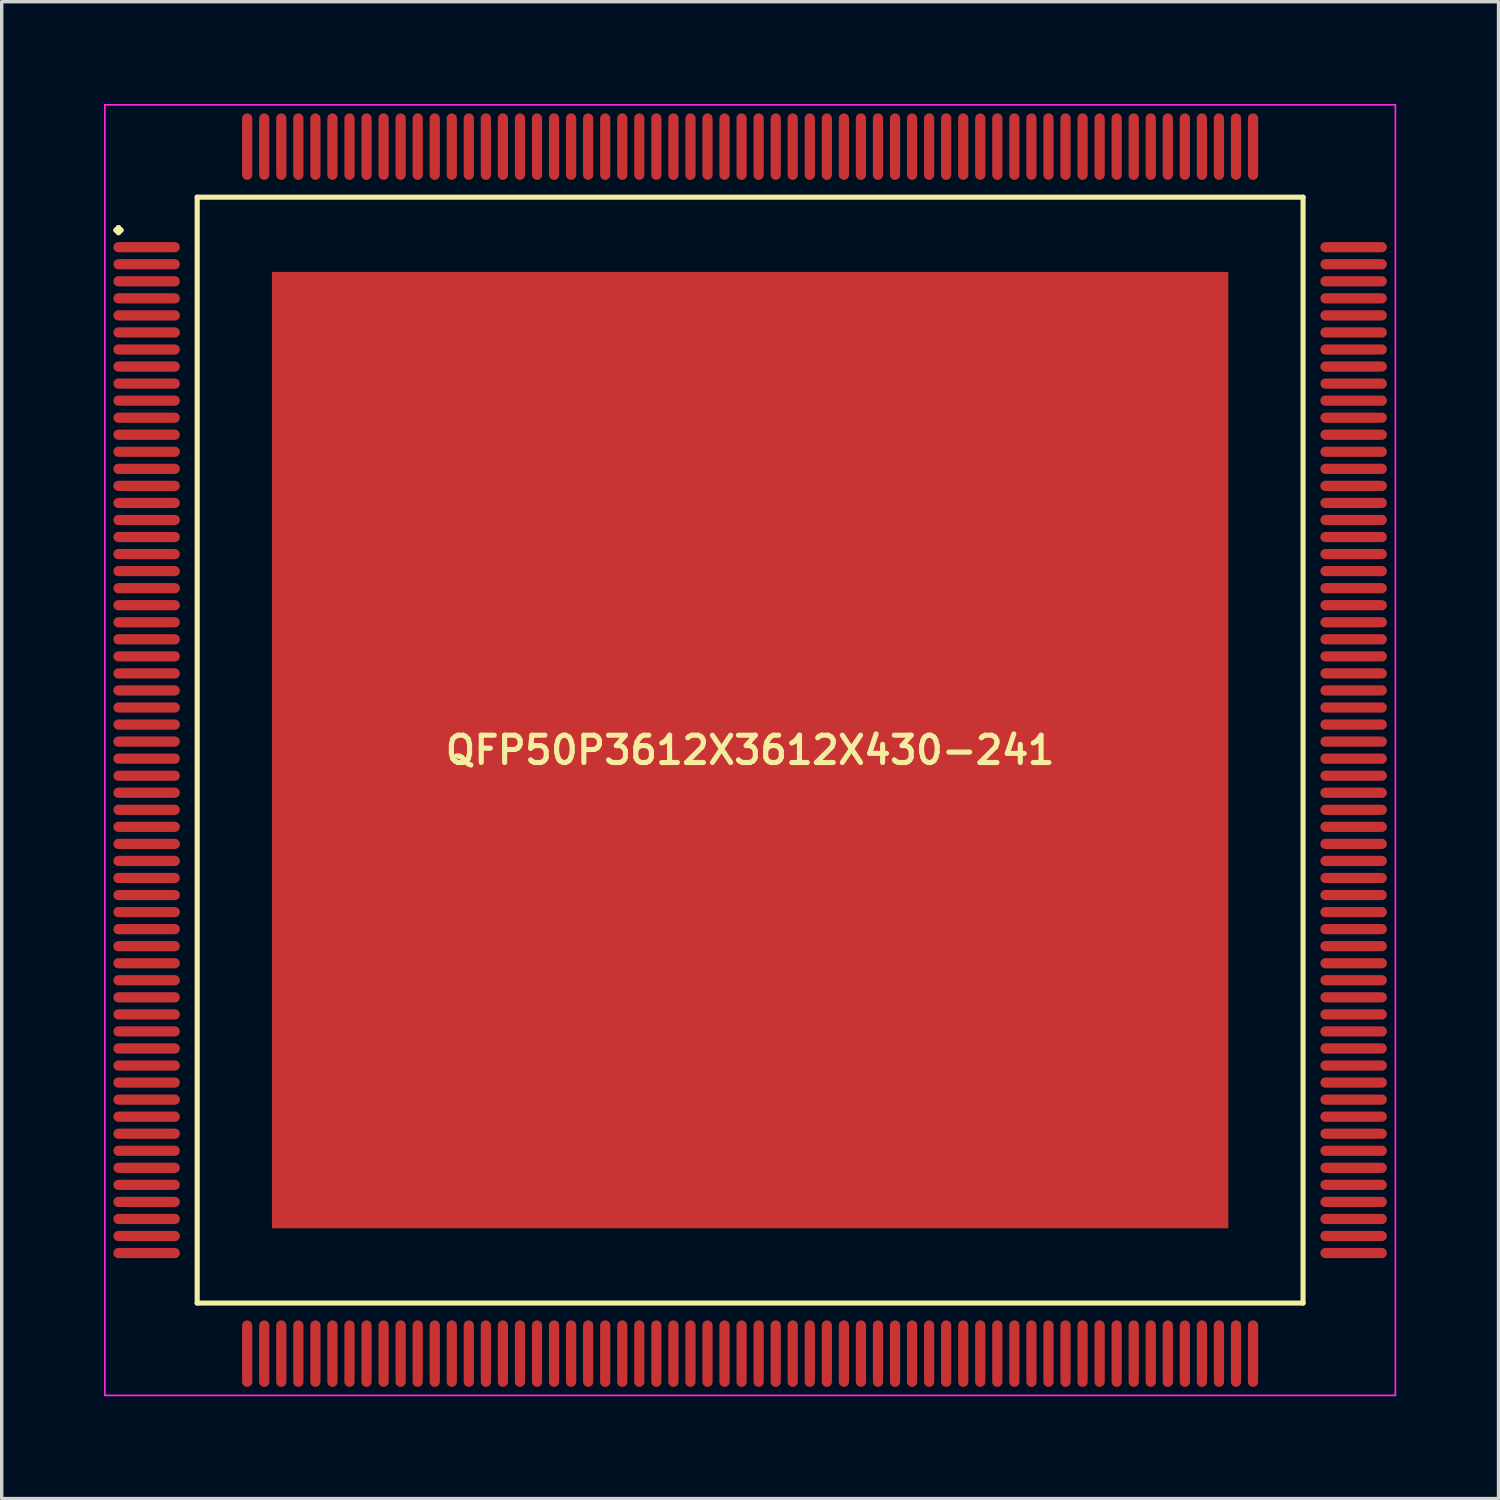
<source format=kicad_pcb>
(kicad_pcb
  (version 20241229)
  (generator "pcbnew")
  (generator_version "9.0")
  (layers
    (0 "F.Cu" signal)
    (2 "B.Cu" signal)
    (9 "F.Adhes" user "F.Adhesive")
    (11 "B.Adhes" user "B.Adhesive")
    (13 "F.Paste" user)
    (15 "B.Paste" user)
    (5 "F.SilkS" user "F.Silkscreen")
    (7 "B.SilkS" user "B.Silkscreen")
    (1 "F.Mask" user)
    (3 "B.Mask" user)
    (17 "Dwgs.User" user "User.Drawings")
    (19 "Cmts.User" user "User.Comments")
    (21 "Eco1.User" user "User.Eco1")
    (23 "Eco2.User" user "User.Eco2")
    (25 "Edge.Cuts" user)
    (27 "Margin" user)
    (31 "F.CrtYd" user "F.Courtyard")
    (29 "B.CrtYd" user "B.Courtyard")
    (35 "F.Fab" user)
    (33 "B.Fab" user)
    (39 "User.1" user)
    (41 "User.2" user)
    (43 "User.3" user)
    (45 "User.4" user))
  (footprint "QFP50P3612X3612X430-241"
    (layer "F.Cu")
    (at 18.95 18.95)
    (property "Reference" "QFP50P3612X3612X430-241" (at 0 0 0) (layer "F.SilkS") (effects (font (size 0.8 0.8) (thickness 0.15))))
    (attr smd)
    (fp_line (start -18.6 -15.25) (end -18.525 -15.325) (stroke (width 0.15) (type solid)) (layer "F.SilkS"))
    (fp_line (start -18.525 -15.325) (end -18.45 -15.25) (stroke (width 0.15) (type solid)) (layer "F.SilkS"))
    (fp_line (start -18.525 -15.175) (end -18.6 -15.25) (stroke (width 0.15) (type solid)) (layer "F.SilkS"))
    (fp_line (start -18.45 -15.25) (end -18.525 -15.175) (stroke (width 0.15) (type solid)) (layer "F.SilkS"))
    (fp_line (start -16.217 -16.217) (end -16.217 16.217) (stroke (width 0.15) (type solid)) (layer "F.SilkS"))
    (fp_line (start -16.217 16.217) (end 16.217 16.217) (stroke (width 0.15) (type solid)) (layer "F.SilkS"))
    (fp_line (start 16.217 -16.217) (end -16.217 -16.217) (stroke (width 0.15) (type solid)) (layer "F.SilkS"))
    (fp_line (start 16.217 16.217) (end 16.217 -16.217) (stroke (width 0.15) (type solid)) (layer "F.SilkS"))
    (fp_line (start -18.925 -18.925) (end 18.925 -18.925) (stroke (width 0.05) (type solid)) (layer "F.CrtYd"))
    (fp_line (start -18.925 18.925) (end -18.925 -18.925) (stroke (width 0.05) (type solid)) (layer "F.CrtYd"))
    (fp_line (start 18.925 -18.925) (end 18.925 18.925) (stroke (width 0.05) (type solid)) (layer "F.CrtYd"))
    (fp_line (start 18.925 18.925) (end -18.925 18.925) (stroke (width 0.05) (type solid)) (layer "F.CrtYd"))
    (pad "1" smd oval (at -17.7 -14.75) (size 1.95 0.3) (layers "F.Cu" "F.Mask" "F.Paste"))
    (pad "2" smd oval (at -17.7 -14.25) (size 1.95 0.3) (layers "F.Cu" "F.Mask" "F.Paste"))
    (pad "3" smd oval (at -17.7 -13.75) (size 1.95 0.3) (layers "F.Cu" "F.Mask" "F.Paste"))
    (pad "4" smd oval (at -17.7 -13.25) (size 1.95 0.3) (layers "F.Cu" "F.Mask" "F.Paste"))
    (pad "5" smd oval (at -17.7 -12.75) (size 1.95 0.3) (layers "F.Cu" "F.Mask" "F.Paste"))
    (pad "6" smd oval (at -17.7 -12.25) (size 1.95 0.3) (layers "F.Cu" "F.Mask" "F.Paste"))
    (pad "7" smd oval (at -17.7 -11.75) (size 1.95 0.3) (layers "F.Cu" "F.Mask" "F.Paste"))
    (pad "8" smd oval (at -17.7 -11.25) (size 1.95 0.3) (layers "F.Cu" "F.Mask" "F.Paste"))
    (pad "9" smd oval (at -17.7 -10.75) (size 1.95 0.3) (layers "F.Cu" "F.Mask" "F.Paste"))
    (pad "10" smd oval (at -17.7 -10.25) (size 1.95 0.3) (layers "F.Cu" "F.Mask" "F.Paste"))
    (pad "11" smd oval (at -17.7 -9.75) (size 1.95 0.3) (layers "F.Cu" "F.Mask" "F.Paste"))
    (pad "12" smd oval (at -17.7 -9.25) (size 1.95 0.3) (layers "F.Cu" "F.Mask" "F.Paste"))
    (pad "13" smd oval (at -17.7 -8.75) (size 1.95 0.3) (layers "F.Cu" "F.Mask" "F.Paste"))
    (pad "14" smd oval (at -17.7 -8.25) (size 1.95 0.3) (layers "F.Cu" "F.Mask" "F.Paste"))
    (pad "15" smd oval (at -17.7 -7.75) (size 1.95 0.3) (layers "F.Cu" "F.Mask" "F.Paste"))
    (pad "16" smd oval (at -17.7 -7.25) (size 1.95 0.3) (layers "F.Cu" "F.Mask" "F.Paste"))
    (pad "17" smd oval (at -17.7 -6.75) (size 1.95 0.3) (layers "F.Cu" "F.Mask" "F.Paste"))
    (pad "18" smd oval (at -17.7 -6.25) (size 1.95 0.3) (layers "F.Cu" "F.Mask" "F.Paste"))
    (pad "19" smd oval (at -17.7 -5.75) (size 1.95 0.3) (layers "F.Cu" "F.Mask" "F.Paste"))
    (pad "20" smd oval (at -17.7 -5.25) (size 1.95 0.3) (layers "F.Cu" "F.Mask" "F.Paste"))
    (pad "21" smd oval (at -17.7 -4.75) (size 1.95 0.3) (layers "F.Cu" "F.Mask" "F.Paste"))
    (pad "22" smd oval (at -17.7 -4.25) (size 1.95 0.3) (layers "F.Cu" "F.Mask" "F.Paste"))
    (pad "23" smd oval (at -17.7 -3.75) (size 1.95 0.3) (layers "F.Cu" "F.Mask" "F.Paste"))
    (pad "24" smd oval (at -17.7 -3.25) (size 1.95 0.3) (layers "F.Cu" "F.Mask" "F.Paste"))
    (pad "25" smd oval (at -17.7 -2.75) (size 1.95 0.3) (layers "F.Cu" "F.Mask" "F.Paste"))
    (pad "26" smd oval (at -17.7 -2.25) (size 1.95 0.3) (layers "F.Cu" "F.Mask" "F.Paste"))
    (pad "27" smd oval (at -17.7 -1.75) (size 1.95 0.3) (layers "F.Cu" "F.Mask" "F.Paste"))
    (pad "28" smd oval (at -17.7 -1.25) (size 1.95 0.3) (layers "F.Cu" "F.Mask" "F.Paste"))
    (pad "29" smd oval (at -17.7 -0.75) (size 1.95 0.3) (layers "F.Cu" "F.Mask" "F.Paste"))
    (pad "30" smd oval (at -17.7 -0.25) (size 1.95 0.3) (layers "F.Cu" "F.Mask" "F.Paste"))
    (pad "31" smd oval (at -17.7 0.25) (size 1.95 0.3) (layers "F.Cu" "F.Mask" "F.Paste"))
    (pad "32" smd oval (at -17.7 0.75) (size 1.95 0.3) (layers "F.Cu" "F.Mask" "F.Paste"))
    (pad "33" smd oval (at -17.7 1.25) (size 1.95 0.3) (layers "F.Cu" "F.Mask" "F.Paste"))
    (pad "34" smd oval (at -17.7 1.75) (size 1.95 0.3) (layers "F.Cu" "F.Mask" "F.Paste"))
    (pad "35" smd oval (at -17.7 2.25) (size 1.95 0.3) (layers "F.Cu" "F.Mask" "F.Paste"))
    (pad "36" smd oval (at -17.7 2.75) (size 1.95 0.3) (layers "F.Cu" "F.Mask" "F.Paste"))
    (pad "37" smd oval (at -17.7 3.25) (size 1.95 0.3) (layers "F.Cu" "F.Mask" "F.Paste"))
    (pad "38" smd oval (at -17.7 3.75) (size 1.95 0.3) (layers "F.Cu" "F.Mask" "F.Paste"))
    (pad "39" smd oval (at -17.7 4.25) (size 1.95 0.3) (layers "F.Cu" "F.Mask" "F.Paste"))
    (pad "40" smd oval (at -17.7 4.75) (size 1.95 0.3) (layers "F.Cu" "F.Mask" "F.Paste"))
    (pad "41" smd oval (at -17.7 5.25) (size 1.95 0.3) (layers "F.Cu" "F.Mask" "F.Paste"))
    (pad "42" smd oval (at -17.7 5.75) (size 1.95 0.3) (layers "F.Cu" "F.Mask" "F.Paste"))
    (pad "43" smd oval (at -17.7 6.25) (size 1.95 0.3) (layers "F.Cu" "F.Mask" "F.Paste"))
    (pad "44" smd oval (at -17.7 6.75) (size 1.95 0.3) (layers "F.Cu" "F.Mask" "F.Paste"))
    (pad "45" smd oval (at -17.7 7.25) (size 1.95 0.3) (layers "F.Cu" "F.Mask" "F.Paste"))
    (pad "46" smd oval (at -17.7 7.75) (size 1.95 0.3) (layers "F.Cu" "F.Mask" "F.Paste"))
    (pad "47" smd oval (at -17.7 8.25) (size 1.95 0.3) (layers "F.Cu" "F.Mask" "F.Paste"))
    (pad "48" smd oval (at -17.7 8.75) (size 1.95 0.3) (layers "F.Cu" "F.Mask" "F.Paste"))
    (pad "49" smd oval (at -17.7 9.25) (size 1.95 0.3) (layers "F.Cu" "F.Mask" "F.Paste"))
    (pad "50" smd oval (at -17.7 9.75) (size 1.95 0.3) (layers "F.Cu" "F.Mask" "F.Paste"))
    (pad "51" smd oval (at -17.7 10.25) (size 1.95 0.3) (layers "F.Cu" "F.Mask" "F.Paste"))
    (pad "52" smd oval (at -17.7 10.75) (size 1.95 0.3) (layers "F.Cu" "F.Mask" "F.Paste"))
    (pad "53" smd oval (at -17.7 11.25) (size 1.95 0.3) (layers "F.Cu" "F.Mask" "F.Paste"))
    (pad "54" smd oval (at -17.7 11.75) (size 1.95 0.3) (layers "F.Cu" "F.Mask" "F.Paste"))
    (pad "55" smd oval (at -17.7 12.25) (size 1.95 0.3) (layers "F.Cu" "F.Mask" "F.Paste"))
    (pad "56" smd oval (at -17.7 12.75) (size 1.95 0.3) (layers "F.Cu" "F.Mask" "F.Paste"))
    (pad "57" smd oval (at -17.7 13.25) (size 1.95 0.3) (layers "F.Cu" "F.Mask" "F.Paste"))
    (pad "58" smd oval (at -17.7 13.75) (size 1.95 0.3) (layers "F.Cu" "F.Mask" "F.Paste"))
    (pad "59" smd oval (at -17.7 14.25) (size 1.95 0.3) (layers "F.Cu" "F.Mask" "F.Paste"))
    (pad "60" smd oval (at -17.7 14.75) (size 1.95 0.3) (layers "F.Cu" "F.Mask" "F.Paste"))
    (pad "61" smd oval (at -14.75 17.7) (size 0.3 1.95) (layers "F.Cu" "F.Mask" "F.Paste"))
    (pad "62" smd oval (at -14.25 17.7) (size 0.3 1.95) (layers "F.Cu" "F.Mask" "F.Paste"))
    (pad "63" smd oval (at -13.75 17.7) (size 0.3 1.95) (layers "F.Cu" "F.Mask" "F.Paste"))
    (pad "64" smd oval (at -13.25 17.7) (size 0.3 1.95) (layers "F.Cu" "F.Mask" "F.Paste"))
    (pad "65" smd oval (at -12.75 17.7) (size 0.3 1.95) (layers "F.Cu" "F.Mask" "F.Paste"))
    (pad "66" smd oval (at -12.25 17.7) (size 0.3 1.95) (layers "F.Cu" "F.Mask" "F.Paste"))
    (pad "67" smd oval (at -11.75 17.7) (size 0.3 1.95) (layers "F.Cu" "F.Mask" "F.Paste"))
    (pad "68" smd oval (at -11.25 17.7) (size 0.3 1.95) (layers "F.Cu" "F.Mask" "F.Paste"))
    (pad "69" smd oval (at -10.75 17.7) (size 0.3 1.95) (layers "F.Cu" "F.Mask" "F.Paste"))
    (pad "70" smd oval (at -10.25 17.7) (size 0.3 1.95) (layers "F.Cu" "F.Mask" "F.Paste"))
    (pad "71" smd oval (at -9.75 17.7) (size 0.3 1.95) (layers "F.Cu" "F.Mask" "F.Paste"))
    (pad "72" smd oval (at -9.25 17.7) (size 0.3 1.95) (layers "F.Cu" "F.Mask" "F.Paste"))
    (pad "73" smd oval (at -8.75 17.7) (size 0.3 1.95) (layers "F.Cu" "F.Mask" "F.Paste"))
    (pad "74" smd oval (at -8.25 17.7) (size 0.3 1.95) (layers "F.Cu" "F.Mask" "F.Paste"))
    (pad "75" smd oval (at -7.75 17.7) (size 0.3 1.95) (layers "F.Cu" "F.Mask" "F.Paste"))
    (pad "76" smd oval (at -7.25 17.7) (size 0.3 1.95) (layers "F.Cu" "F.Mask" "F.Paste"))
    (pad "77" smd oval (at -6.75 17.7) (size 0.3 1.95) (layers "F.Cu" "F.Mask" "F.Paste"))
    (pad "78" smd oval (at -6.25 17.7) (size 0.3 1.95) (layers "F.Cu" "F.Mask" "F.Paste"))
    (pad "79" smd oval (at -5.75 17.7) (size 0.3 1.95) (layers "F.Cu" "F.Mask" "F.Paste"))
    (pad "80" smd oval (at -5.25 17.7) (size 0.3 1.95) (layers "F.Cu" "F.Mask" "F.Paste"))
    (pad "81" smd oval (at -4.75 17.7) (size 0.3 1.95) (layers "F.Cu" "F.Mask" "F.Paste"))
    (pad "82" smd oval (at -4.25 17.7) (size 0.3 1.95) (layers "F.Cu" "F.Mask" "F.Paste"))
    (pad "83" smd oval (at -3.75 17.7) (size 0.3 1.95) (layers "F.Cu" "F.Mask" "F.Paste"))
    (pad "84" smd oval (at -3.25 17.7) (size 0.3 1.95) (layers "F.Cu" "F.Mask" "F.Paste"))
    (pad "85" smd oval (at -2.75 17.7) (size 0.3 1.95) (layers "F.Cu" "F.Mask" "F.Paste"))
    (pad "86" smd oval (at -2.25 17.7) (size 0.3 1.95) (layers "F.Cu" "F.Mask" "F.Paste"))
    (pad "87" smd oval (at -1.75 17.7) (size 0.3 1.95) (layers "F.Cu" "F.Mask" "F.Paste"))
    (pad "88" smd oval (at -1.25 17.7) (size 0.3 1.95) (layers "F.Cu" "F.Mask" "F.Paste"))
    (pad "89" smd oval (at -0.75 17.7) (size 0.3 1.95) (layers "F.Cu" "F.Mask" "F.Paste"))
    (pad "90" smd oval (at -0.25 17.7) (size 0.3 1.95) (layers "F.Cu" "F.Mask" "F.Paste"))
    (pad "91" smd oval (at 0.25 17.7) (size 0.3 1.95) (layers "F.Cu" "F.Mask" "F.Paste"))
    (pad "92" smd oval (at 0.75 17.7) (size 0.3 1.95) (layers "F.Cu" "F.Mask" "F.Paste"))
    (pad "93" smd oval (at 1.25 17.7) (size 0.3 1.95) (layers "F.Cu" "F.Mask" "F.Paste"))
    (pad "94" smd oval (at 1.75 17.7) (size 0.3 1.95) (layers "F.Cu" "F.Mask" "F.Paste"))
    (pad "95" smd oval (at 2.25 17.7) (size 0.3 1.95) (layers "F.Cu" "F.Mask" "F.Paste"))
    (pad "96" smd oval (at 2.75 17.7) (size 0.3 1.95) (layers "F.Cu" "F.Mask" "F.Paste"))
    (pad "97" smd oval (at 3.25 17.7) (size 0.3 1.95) (layers "F.Cu" "F.Mask" "F.Paste"))
    (pad "98" smd oval (at 3.75 17.7) (size 0.3 1.95) (layers "F.Cu" "F.Mask" "F.Paste"))
    (pad "99" smd oval (at 4.25 17.7) (size 0.3 1.95) (layers "F.Cu" "F.Mask" "F.Paste"))
    (pad "100" smd oval (at 4.75 17.7) (size 0.3 1.95) (layers "F.Cu" "F.Mask" "F.Paste"))
    (pad "101" smd oval (at 5.25 17.7) (size 0.3 1.95) (layers "F.Cu" "F.Mask" "F.Paste"))
    (pad "102" smd oval (at 5.75 17.7) (size 0.3 1.95) (layers "F.Cu" "F.Mask" "F.Paste"))
    (pad "103" smd oval (at 6.25 17.7) (size 0.3 1.95) (layers "F.Cu" "F.Mask" "F.Paste"))
    (pad "104" smd oval (at 6.75 17.7) (size 0.3 1.95) (layers "F.Cu" "F.Mask" "F.Paste"))
    (pad "105" smd oval (at 7.25 17.7) (size 0.3 1.95) (layers "F.Cu" "F.Mask" "F.Paste"))
    (pad "106" smd oval (at 7.75 17.7) (size 0.3 1.95) (layers "F.Cu" "F.Mask" "F.Paste"))
    (pad "107" smd oval (at 8.25 17.7) (size 0.3 1.95) (layers "F.Cu" "F.Mask" "F.Paste"))
    (pad "108" smd oval (at 8.75 17.7) (size 0.3 1.95) (layers "F.Cu" "F.Mask" "F.Paste"))
    (pad "109" smd oval (at 9.25 17.7) (size 0.3 1.95) (layers "F.Cu" "F.Mask" "F.Paste"))
    (pad "110" smd oval (at 9.75 17.7) (size 0.3 1.95) (layers "F.Cu" "F.Mask" "F.Paste"))
    (pad "111" smd oval (at 10.25 17.7) (size 0.3 1.95) (layers "F.Cu" "F.Mask" "F.Paste"))
    (pad "112" smd oval (at 10.75 17.7) (size 0.3 1.95) (layers "F.Cu" "F.Mask" "F.Paste"))
    (pad "113" smd oval (at 11.25 17.7) (size 0.3 1.95) (layers "F.Cu" "F.Mask" "F.Paste"))
    (pad "114" smd oval (at 11.75 17.7) (size 0.3 1.95) (layers "F.Cu" "F.Mask" "F.Paste"))
    (pad "115" smd oval (at 12.25 17.7) (size 0.3 1.95) (layers "F.Cu" "F.Mask" "F.Paste"))
    (pad "116" smd oval (at 12.75 17.7) (size 0.3 1.95) (layers "F.Cu" "F.Mask" "F.Paste"))
    (pad "117" smd oval (at 13.25 17.7) (size 0.3 1.95) (layers "F.Cu" "F.Mask" "F.Paste"))
    (pad "118" smd oval (at 13.75 17.7) (size 0.3 1.95) (layers "F.Cu" "F.Mask" "F.Paste"))
    (pad "119" smd oval (at 14.25 17.7) (size 0.3 1.95) (layers "F.Cu" "F.Mask" "F.Paste"))
    (pad "120" smd oval (at 14.75 17.7) (size 0.3 1.95) (layers "F.Cu" "F.Mask" "F.Paste"))
    (pad "121" smd oval (at 17.7 14.75) (size 1.95 0.3) (layers "F.Cu" "F.Mask" "F.Paste"))
    (pad "122" smd oval (at 17.7 14.25) (size 1.95 0.3) (layers "F.Cu" "F.Mask" "F.Paste"))
    (pad "123" smd oval (at 17.7 13.75) (size 1.95 0.3) (layers "F.Cu" "F.Mask" "F.Paste"))
    (pad "124" smd oval (at 17.7 13.25) (size 1.95 0.3) (layers "F.Cu" "F.Mask" "F.Paste"))
    (pad "125" smd oval (at 17.7 12.75) (size 1.95 0.3) (layers "F.Cu" "F.Mask" "F.Paste"))
    (pad "126" smd oval (at 17.7 12.25) (size 1.95 0.3) (layers "F.Cu" "F.Mask" "F.Paste"))
    (pad "127" smd oval (at 17.7 11.75) (size 1.95 0.3) (layers "F.Cu" "F.Mask" "F.Paste"))
    (pad "128" smd oval (at 17.7 11.25) (size 1.95 0.3) (layers "F.Cu" "F.Mask" "F.Paste"))
    (pad "129" smd oval (at 17.7 10.75) (size 1.95 0.3) (layers "F.Cu" "F.Mask" "F.Paste"))
    (pad "130" smd oval (at 17.7 10.25) (size 1.95 0.3) (layers "F.Cu" "F.Mask" "F.Paste"))
    (pad "131" smd oval (at 17.7 9.75) (size 1.95 0.3) (layers "F.Cu" "F.Mask" "F.Paste"))
    (pad "132" smd oval (at 17.7 9.25) (size 1.95 0.3) (layers "F.Cu" "F.Mask" "F.Paste"))
    (pad "133" smd oval (at 17.7 8.75) (size 1.95 0.3) (layers "F.Cu" "F.Mask" "F.Paste"))
    (pad "134" smd oval (at 17.7 8.25) (size 1.95 0.3) (layers "F.Cu" "F.Mask" "F.Paste"))
    (pad "135" smd oval (at 17.7 7.75) (size 1.95 0.3) (layers "F.Cu" "F.Mask" "F.Paste"))
    (pad "136" smd oval (at 17.7 7.25) (size 1.95 0.3) (layers "F.Cu" "F.Mask" "F.Paste"))
    (pad "137" smd oval (at 17.7 6.75) (size 1.95 0.3) (layers "F.Cu" "F.Mask" "F.Paste"))
    (pad "138" smd oval (at 17.7 6.25) (size 1.95 0.3) (layers "F.Cu" "F.Mask" "F.Paste"))
    (pad "139" smd oval (at 17.7 5.75) (size 1.95 0.3) (layers "F.Cu" "F.Mask" "F.Paste"))
    (pad "140" smd oval (at 17.7 5.25) (size 1.95 0.3) (layers "F.Cu" "F.Mask" "F.Paste"))
    (pad "141" smd oval (at 17.7 4.75) (size 1.95 0.3) (layers "F.Cu" "F.Mask" "F.Paste"))
    (pad "142" smd oval (at 17.7 4.25) (size 1.95 0.3) (layers "F.Cu" "F.Mask" "F.Paste"))
    (pad "143" smd oval (at 17.7 3.75) (size 1.95 0.3) (layers "F.Cu" "F.Mask" "F.Paste"))
    (pad "144" smd oval (at 17.7 3.25) (size 1.95 0.3) (layers "F.Cu" "F.Mask" "F.Paste"))
    (pad "145" smd oval (at 17.7 2.75) (size 1.95 0.3) (layers "F.Cu" "F.Mask" "F.Paste"))
    (pad "146" smd oval (at 17.7 2.25) (size 1.95 0.3) (layers "F.Cu" "F.Mask" "F.Paste"))
    (pad "147" smd oval (at 17.7 1.75) (size 1.95 0.3) (layers "F.Cu" "F.Mask" "F.Paste"))
    (pad "148" smd oval (at 17.7 1.25) (size 1.95 0.3) (layers "F.Cu" "F.Mask" "F.Paste"))
    (pad "149" smd oval (at 17.7 0.75) (size 1.95 0.3) (layers "F.Cu" "F.Mask" "F.Paste"))
    (pad "150" smd oval (at 17.7 0.25) (size 1.95 0.3) (layers "F.Cu" "F.Mask" "F.Paste"))
    (pad "151" smd oval (at 17.7 -0.25) (size 1.95 0.3) (layers "F.Cu" "F.Mask" "F.Paste"))
    (pad "152" smd oval (at 17.7 -0.75) (size 1.95 0.3) (layers "F.Cu" "F.Mask" "F.Paste"))
    (pad "153" smd oval (at 17.7 -1.25) (size 1.95 0.3) (layers "F.Cu" "F.Mask" "F.Paste"))
    (pad "154" smd oval (at 17.7 -1.75) (size 1.95 0.3) (layers "F.Cu" "F.Mask" "F.Paste"))
    (pad "155" smd oval (at 17.7 -2.25) (size 1.95 0.3) (layers "F.Cu" "F.Mask" "F.Paste"))
    (pad "156" smd oval (at 17.7 -2.75) (size 1.95 0.3) (layers "F.Cu" "F.Mask" "F.Paste"))
    (pad "157" smd oval (at 17.7 -3.25) (size 1.95 0.3) (layers "F.Cu" "F.Mask" "F.Paste"))
    (pad "158" smd oval (at 17.7 -3.75) (size 1.95 0.3) (layers "F.Cu" "F.Mask" "F.Paste"))
    (pad "159" smd oval (at 17.7 -4.25) (size 1.95 0.3) (layers "F.Cu" "F.Mask" "F.Paste"))
    (pad "160" smd oval (at 17.7 -4.75) (size 1.95 0.3) (layers "F.Cu" "F.Mask" "F.Paste"))
    (pad "161" smd oval (at 17.7 -5.25) (size 1.95 0.3) (layers "F.Cu" "F.Mask" "F.Paste"))
    (pad "162" smd oval (at 17.7 -5.75) (size 1.95 0.3) (layers "F.Cu" "F.Mask" "F.Paste"))
    (pad "163" smd oval (at 17.7 -6.25) (size 1.95 0.3) (layers "F.Cu" "F.Mask" "F.Paste"))
    (pad "164" smd oval (at 17.7 -6.75) (size 1.95 0.3) (layers "F.Cu" "F.Mask" "F.Paste"))
    (pad "165" smd oval (at 17.7 -7.25) (size 1.95 0.3) (layers "F.Cu" "F.Mask" "F.Paste"))
    (pad "166" smd oval (at 17.7 -7.75) (size 1.95 0.3) (layers "F.Cu" "F.Mask" "F.Paste"))
    (pad "167" smd oval (at 17.7 -8.25) (size 1.95 0.3) (layers "F.Cu" "F.Mask" "F.Paste"))
    (pad "168" smd oval (at 17.7 -8.75) (size 1.95 0.3) (layers "F.Cu" "F.Mask" "F.Paste"))
    (pad "169" smd oval (at 17.7 -9.25) (size 1.95 0.3) (layers "F.Cu" "F.Mask" "F.Paste"))
    (pad "170" smd oval (at 17.7 -9.75) (size 1.95 0.3) (layers "F.Cu" "F.Mask" "F.Paste"))
    (pad "171" smd oval (at 17.7 -10.25) (size 1.95 0.3) (layers "F.Cu" "F.Mask" "F.Paste"))
    (pad "172" smd oval (at 17.7 -10.75) (size 1.95 0.3) (layers "F.Cu" "F.Mask" "F.Paste"))
    (pad "173" smd oval (at 17.7 -11.25) (size 1.95 0.3) (layers "F.Cu" "F.Mask" "F.Paste"))
    (pad "174" smd oval (at 17.7 -11.75) (size 1.95 0.3) (layers "F.Cu" "F.Mask" "F.Paste"))
    (pad "175" smd oval (at 17.7 -12.25) (size 1.95 0.3) (layers "F.Cu" "F.Mask" "F.Paste"))
    (pad "176" smd oval (at 17.7 -12.75) (size 1.95 0.3) (layers "F.Cu" "F.Mask" "F.Paste"))
    (pad "177" smd oval (at 17.7 -13.25) (size 1.95 0.3) (layers "F.Cu" "F.Mask" "F.Paste"))
    (pad "178" smd oval (at 17.7 -13.75) (size 1.95 0.3) (layers "F.Cu" "F.Mask" "F.Paste"))
    (pad "179" smd oval (at 17.7 -14.25) (size 1.95 0.3) (layers "F.Cu" "F.Mask" "F.Paste"))
    (pad "180" smd oval (at 17.7 -14.75) (size 1.95 0.3) (layers "F.Cu" "F.Mask" "F.Paste"))
    (pad "181" smd oval (at 14.75 -17.7) (size 0.3 1.95) (layers "F.Cu" "F.Mask" "F.Paste"))
    (pad "182" smd oval (at 14.25 -17.7) (size 0.3 1.95) (layers "F.Cu" "F.Mask" "F.Paste"))
    (pad "183" smd oval (at 13.75 -17.7) (size 0.3 1.95) (layers "F.Cu" "F.Mask" "F.Paste"))
    (pad "184" smd oval (at 13.25 -17.7) (size 0.3 1.95) (layers "F.Cu" "F.Mask" "F.Paste"))
    (pad "185" smd oval (at 12.75 -17.7) (size 0.3 1.95) (layers "F.Cu" "F.Mask" "F.Paste"))
    (pad "186" smd oval (at 12.25 -17.7) (size 0.3 1.95) (layers "F.Cu" "F.Mask" "F.Paste"))
    (pad "187" smd oval (at 11.75 -17.7) (size 0.3 1.95) (layers "F.Cu" "F.Mask" "F.Paste"))
    (pad "188" smd oval (at 11.25 -17.7) (size 0.3 1.95) (layers "F.Cu" "F.Mask" "F.Paste"))
    (pad "189" smd oval (at 10.75 -17.7) (size 0.3 1.95) (layers "F.Cu" "F.Mask" "F.Paste"))
    (pad "190" smd oval (at 10.25 -17.7) (size 0.3 1.95) (layers "F.Cu" "F.Mask" "F.Paste"))
    (pad "191" smd oval (at 9.75 -17.7) (size 0.3 1.95) (layers "F.Cu" "F.Mask" "F.Paste"))
    (pad "192" smd oval (at 9.25 -17.7) (size 0.3 1.95) (layers "F.Cu" "F.Mask" "F.Paste"))
    (pad "193" smd oval (at 8.75 -17.7) (size 0.3 1.95) (layers "F.Cu" "F.Mask" "F.Paste"))
    (pad "194" smd oval (at 8.25 -17.7) (size 0.3 1.95) (layers "F.Cu" "F.Mask" "F.Paste"))
    (pad "195" smd oval (at 7.75 -17.7) (size 0.3 1.95) (layers "F.Cu" "F.Mask" "F.Paste"))
    (pad "196" smd oval (at 7.25 -17.7) (size 0.3 1.95) (layers "F.Cu" "F.Mask" "F.Paste"))
    (pad "197" smd oval (at 6.75 -17.7) (size 0.3 1.95) (layers "F.Cu" "F.Mask" "F.Paste"))
    (pad "198" smd oval (at 6.25 -17.7) (size 0.3 1.95) (layers "F.Cu" "F.Mask" "F.Paste"))
    (pad "199" smd oval (at 5.75 -17.7) (size 0.3 1.95) (layers "F.Cu" "F.Mask" "F.Paste"))
    (pad "200" smd oval (at 5.25 -17.7) (size 0.3 1.95) (layers "F.Cu" "F.Mask" "F.Paste"))
    (pad "201" smd oval (at 4.75 -17.7) (size 0.3 1.95) (layers "F.Cu" "F.Mask" "F.Paste"))
    (pad "202" smd oval (at 4.25 -17.7) (size 0.3 1.95) (layers "F.Cu" "F.Mask" "F.Paste"))
    (pad "203" smd oval (at 3.75 -17.7) (size 0.3 1.95) (layers "F.Cu" "F.Mask" "F.Paste"))
    (pad "204" smd oval (at 3.25 -17.7) (size 0.3 1.95) (layers "F.Cu" "F.Mask" "F.Paste"))
    (pad "205" smd oval (at 2.75 -17.7) (size 0.3 1.95) (layers "F.Cu" "F.Mask" "F.Paste"))
    (pad "206" smd oval (at 2.25 -17.7) (size 0.3 1.95) (layers "F.Cu" "F.Mask" "F.Paste"))
    (pad "207" smd oval (at 1.75 -17.7) (size 0.3 1.95) (layers "F.Cu" "F.Mask" "F.Paste"))
    (pad "208" smd oval (at 1.25 -17.7) (size 0.3 1.95) (layers "F.Cu" "F.Mask" "F.Paste"))
    (pad "209" smd oval (at 0.75 -17.7) (size 0.3 1.95) (layers "F.Cu" "F.Mask" "F.Paste"))
    (pad "210" smd oval (at 0.25 -17.7) (size 0.3 1.95) (layers "F.Cu" "F.Mask" "F.Paste"))
    (pad "211" smd oval (at -0.25 -17.7) (size 0.3 1.95) (layers "F.Cu" "F.Mask" "F.Paste"))
    (pad "212" smd oval (at -0.75 -17.7) (size 0.3 1.95) (layers "F.Cu" "F.Mask" "F.Paste"))
    (pad "213" smd oval (at -1.25 -17.7) (size 0.3 1.95) (layers "F.Cu" "F.Mask" "F.Paste"))
    (pad "214" smd oval (at -1.75 -17.7) (size 0.3 1.95) (layers "F.Cu" "F.Mask" "F.Paste"))
    (pad "215" smd oval (at -2.25 -17.7) (size 0.3 1.95) (layers "F.Cu" "F.Mask" "F.Paste"))
    (pad "216" smd oval (at -2.75 -17.7) (size 0.3 1.95) (layers "F.Cu" "F.Mask" "F.Paste"))
    (pad "217" smd oval (at -3.25 -17.7) (size 0.3 1.95) (layers "F.Cu" "F.Mask" "F.Paste"))
    (pad "218" smd oval (at -3.75 -17.7) (size 0.3 1.95) (layers "F.Cu" "F.Mask" "F.Paste"))
    (pad "219" smd oval (at -4.25 -17.7) (size 0.3 1.95) (layers "F.Cu" "F.Mask" "F.Paste"))
    (pad "220" smd oval (at -4.75 -17.7) (size 0.3 1.95) (layers "F.Cu" "F.Mask" "F.Paste"))
    (pad "221" smd oval (at -5.25 -17.7) (size 0.3 1.95) (layers "F.Cu" "F.Mask" "F.Paste"))
    (pad "222" smd oval (at -5.75 -17.7) (size 0.3 1.95) (layers "F.Cu" "F.Mask" "F.Paste"))
    (pad "223" smd oval (at -6.25 -17.7) (size 0.3 1.95) (layers "F.Cu" "F.Mask" "F.Paste"))
    (pad "224" smd oval (at -6.75 -17.7) (size 0.3 1.95) (layers "F.Cu" "F.Mask" "F.Paste"))
    (pad "225" smd oval (at -7.25 -17.7) (size 0.3 1.95) (layers "F.Cu" "F.Mask" "F.Paste"))
    (pad "226" smd oval (at -7.75 -17.7) (size 0.3 1.95) (layers "F.Cu" "F.Mask" "F.Paste"))
    (pad "227" smd oval (at -8.25 -17.7) (size 0.3 1.95) (layers "F.Cu" "F.Mask" "F.Paste"))
    (pad "228" smd oval (at -8.75 -17.7) (size 0.3 1.95) (layers "F.Cu" "F.Mask" "F.Paste"))
    (pad "229" smd oval (at -9.25 -17.7) (size 0.3 1.95) (layers "F.Cu" "F.Mask" "F.Paste"))
    (pad "230" smd oval (at -9.75 -17.7) (size 0.3 1.95) (layers "F.Cu" "F.Mask" "F.Paste"))
    (pad "231" smd oval (at -10.25 -17.7) (size 0.3 1.95) (layers "F.Cu" "F.Mask" "F.Paste"))
    (pad "232" smd oval (at -10.75 -17.7) (size 0.3 1.95) (layers "F.Cu" "F.Mask" "F.Paste"))
    (pad "233" smd oval (at -11.25 -17.7) (size 0.3 1.95) (layers "F.Cu" "F.Mask" "F.Paste"))
    (pad "234" smd oval (at -11.75 -17.7) (size 0.3 1.95) (layers "F.Cu" "F.Mask" "F.Paste"))
    (pad "235" smd oval (at -12.25 -17.7) (size 0.3 1.95) (layers "F.Cu" "F.Mask" "F.Paste"))
    (pad "236" smd oval (at -12.75 -17.7) (size 0.3 1.95) (layers "F.Cu" "F.Mask" "F.Paste"))
    (pad "237" smd oval (at -13.25 -17.7) (size 0.3 1.95) (layers "F.Cu" "F.Mask" "F.Paste"))
    (pad "238" smd oval (at -13.75 -17.7) (size 0.3 1.95) (layers "F.Cu" "F.Mask" "F.Paste"))
    (pad "239" smd oval (at -14.25 -17.7) (size 0.3 1.95) (layers "F.Cu" "F.Mask" "F.Paste"))
    (pad "240" smd oval (at -14.75 -17.7) (size 0.3 1.95) (layers "F.Cu" "F.Mask" "F.Paste"))
    (pad "241" smd rect (at 0 0) (size 28.05 28.05) (layers "F.Cu" "F.Mask" "F.Paste")))
  (gr_rect
    (start -3 -3)
    (end 40.9 40.9)
    (stroke (width 0.1) (type default))
    (fill no)
    (layer "Edge.Cuts")))
</source>
